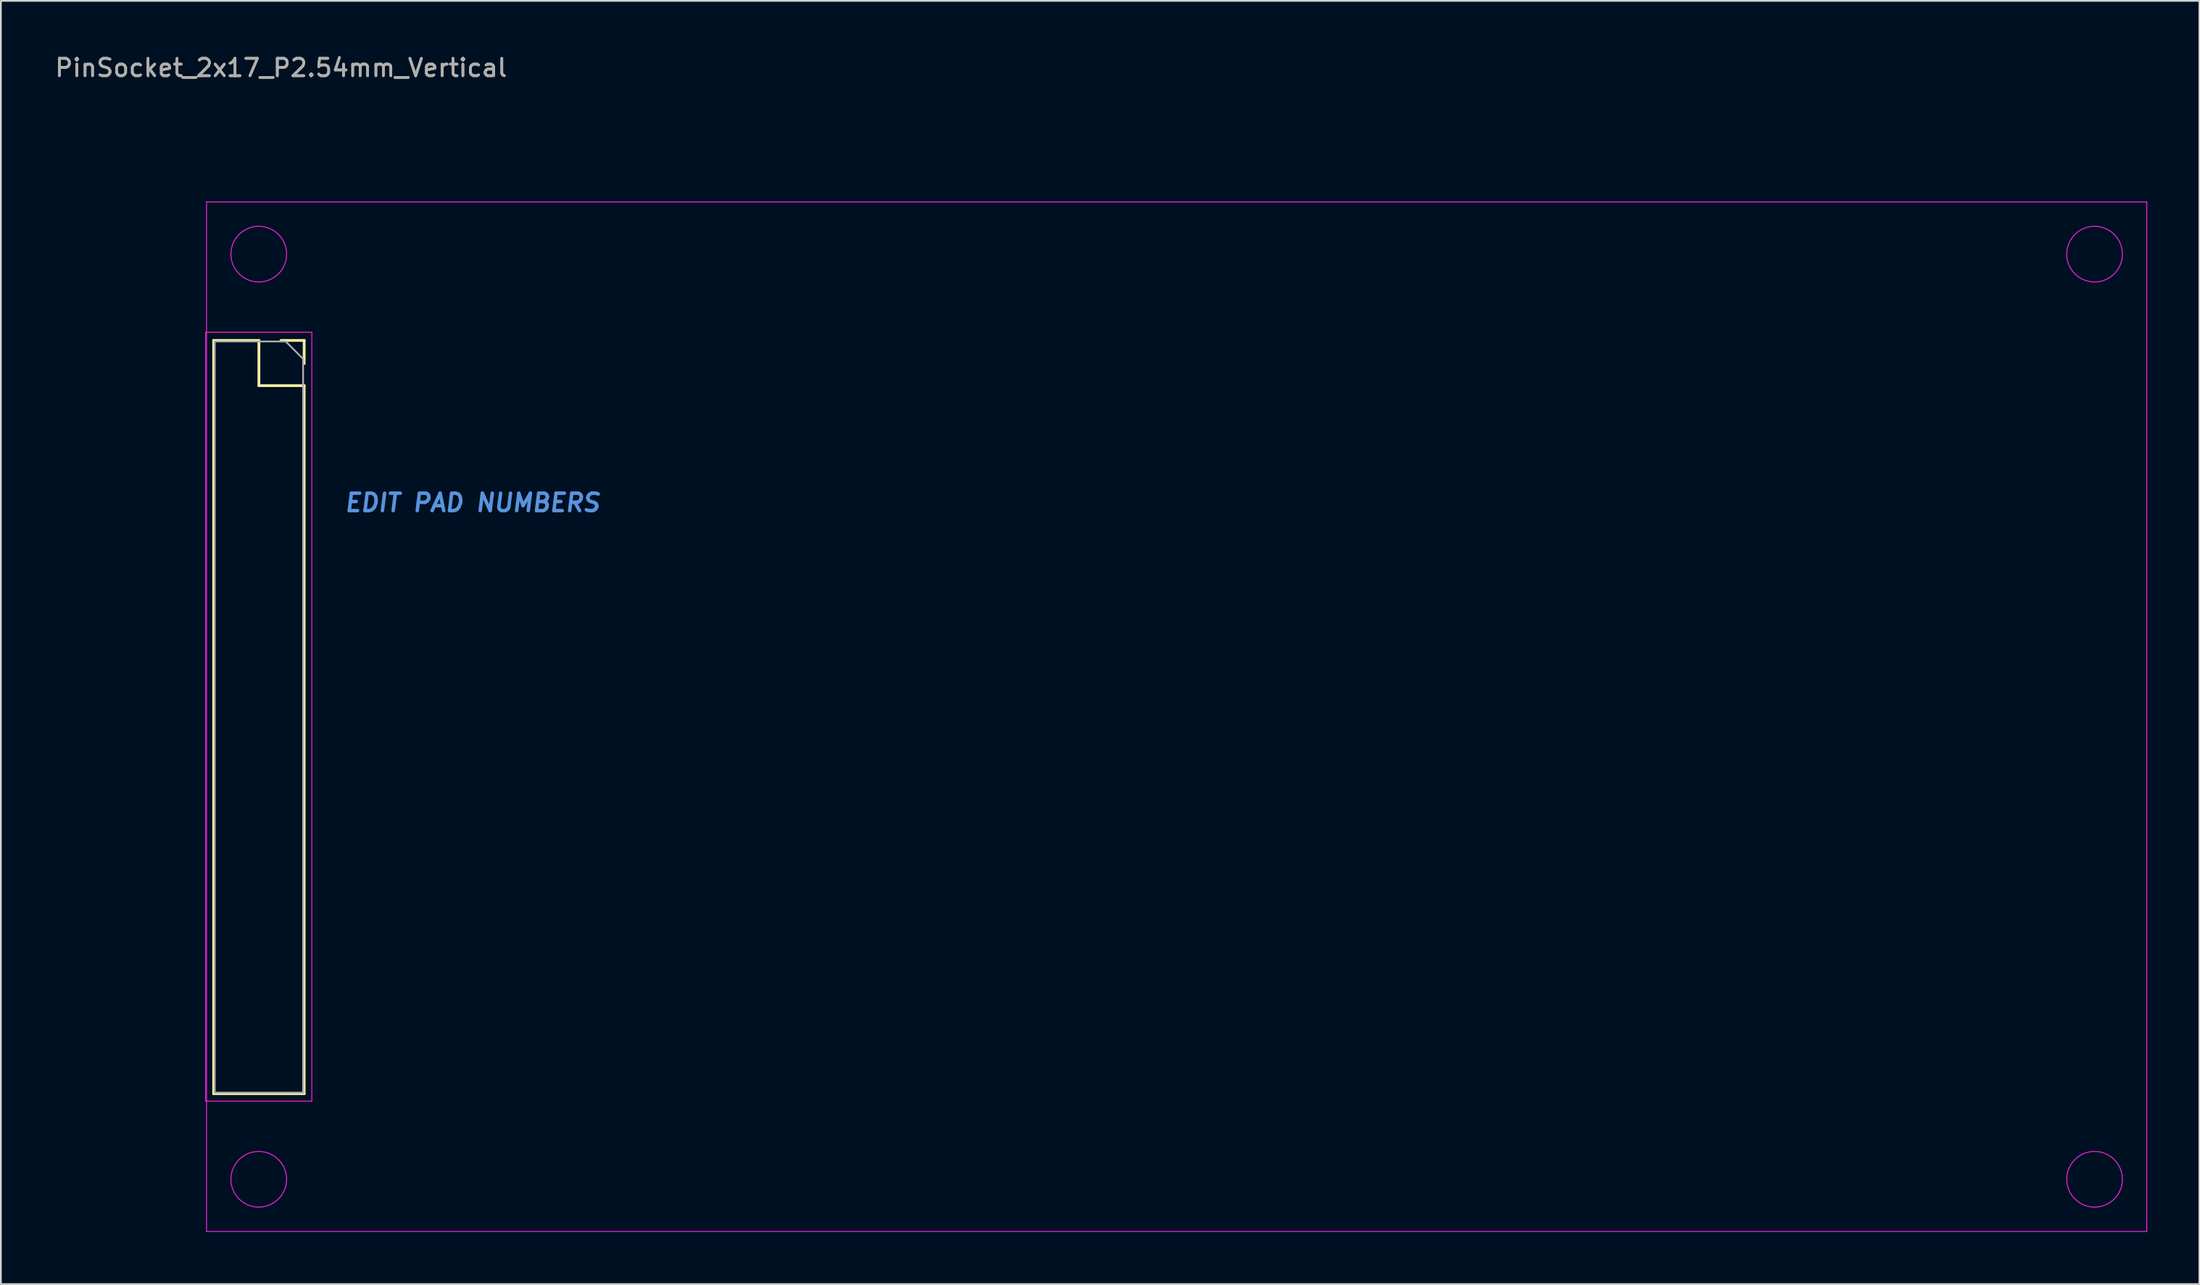
<source format=kicad_pcb>
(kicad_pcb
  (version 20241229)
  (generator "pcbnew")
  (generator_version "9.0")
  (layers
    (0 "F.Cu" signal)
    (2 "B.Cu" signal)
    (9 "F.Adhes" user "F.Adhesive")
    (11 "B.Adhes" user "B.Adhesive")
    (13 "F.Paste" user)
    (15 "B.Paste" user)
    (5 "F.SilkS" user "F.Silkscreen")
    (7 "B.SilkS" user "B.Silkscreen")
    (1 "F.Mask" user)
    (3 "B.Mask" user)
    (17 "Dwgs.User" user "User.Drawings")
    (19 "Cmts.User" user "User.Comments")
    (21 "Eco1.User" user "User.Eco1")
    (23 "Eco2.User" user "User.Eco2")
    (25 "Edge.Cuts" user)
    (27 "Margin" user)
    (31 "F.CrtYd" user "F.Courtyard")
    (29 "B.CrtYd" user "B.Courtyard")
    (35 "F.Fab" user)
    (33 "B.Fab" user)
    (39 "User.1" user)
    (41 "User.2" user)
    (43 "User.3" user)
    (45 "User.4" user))
  (footprint "PinSocket_2x17_P2.54mm_Vertical"
    (layer "F.Cu")
    (at 13.101 17.848)
    (property "Reference" "PinSocket_2x17_P2.54mm_Vertical" (at 0 -17 0) (layer "F.SilkS") (effects (font (size 1 1) (thickness 0.15))))
    (attr smd)
    (fp_line (start -3.87 -1.33) (end -3.87 41.97) (stroke (width 0.16) (type solid)) (layer "F.SilkS"))
    (fp_line (start -3.87 -1.33) (end -1.27 -1.33) (stroke (width 0.16) (type solid)) (layer "F.SilkS"))
    (fp_line (start -3.87 41.97) (end 1.33 41.97) (stroke (width 0.16) (type solid)) (layer "F.SilkS"))
    (fp_line (start -1.27 -1.33) (end -1.27 1.27) (stroke (width 0.16) (type solid)) (layer "F.SilkS"))
    (fp_line (start -1.27 1.27) (end 1.33 1.27) (stroke (width 0.16) (type solid)) (layer "F.SilkS"))
    (fp_line (start 0 -1.33) (end 1.33 -1.33) (stroke (width 0.16) (type solid)) (layer "F.SilkS"))
    (fp_line (start 1.33 -1.33) (end 1.33 0) (stroke (width 0.16) (type solid)) (layer "F.SilkS"))
    (fp_line (start 1.33 1.27) (end 1.33 41.97) (stroke (width 0.16) (type solid)) (layer "F.SilkS"))
    (fp_line (start -4.33 -1.8) (end 1.77 -1.8) (stroke (width 0.05) (type solid)) (layer "F.CrtYd"))
    (fp_line (start -4.33 42.4) (end -4.33 -1.8) (stroke (width 0.05) (type solid)) (layer "F.CrtYd"))
    (fp_line (start -4.28 -9.29) (end -4.28 49.89) (stroke (width 0.05) (type solid)) (layer "F.CrtYd"))
    (fp_line (start -4.28 49.89) (end 107.23 49.89) (stroke (width 0.05) (type solid)) (layer "F.CrtYd"))
    (fp_line (start 1.77 -1.8) (end 1.77 42.4) (stroke (width 0.05) (type solid)) (layer "F.CrtYd"))
    (fp_line (start 1.77 42.4) (end -4.33 42.4) (stroke (width 0.05) (type solid)) (layer "F.CrtYd"))
    (fp_line (start 107.23 -9.29) (end -4.28 -9.29) (stroke (width 0.05) (type solid)) (layer "F.CrtYd"))
    (fp_line (start 107.23 49.89) (end 107.23 -9.29) (stroke (width 0.05) (type solid)) (layer "F.CrtYd"))
    (fp_circle (center -1.28 -6.29) (end -2.88 -6.29) (stroke (width 0.05) (type solid)) (fill no) (layer "F.CrtYd"))
    (fp_circle (center -1.28 46.89) (end -2.88 46.89) (stroke (width 0.05) (type solid)) (fill no) (layer "F.CrtYd"))
    (fp_circle (center 104.23 -6.29) (end 102.63 -6.29) (stroke (width 0.05) (type solid)) (fill no) (layer "F.CrtYd"))
    (fp_circle (center 104.23 46.89) (end 102.63 46.89) (stroke (width 0.05) (type solid)) (fill no) (layer "F.CrtYd"))
    (fp_line (start -3.81 -1.27) (end 0.27 -1.27) (stroke (width 0.1) (type solid)) (layer "F.Fab"))
    (fp_line (start -3.81 41.91) (end -3.81 -1.27) (stroke (width 0.1) (type solid)) (layer "F.Fab"))
    (fp_line (start 0.27 -1.27) (end 1.27 -0.27) (stroke (width 0.1) (type solid)) (layer "F.Fab"))
    (fp_line (start 1.27 -0.27) (end 1.27 41.91) (stroke (width 0.1) (type solid)) (layer "F.Fab"))
    (fp_line (start 1.27 41.91) (end -3.81 41.91) (stroke (width 0.1) (type solid)) (layer "F.Fab"))
    (fp_text user "EDIT PAD NUMBERS" (at 11 8 0) (layer "Cmts.User") (effects (font (size 1 1) (thickness 0.2) (italic yes))))
    (fp_text user "${REFERENCE}" (at 0 -17 0) (layer "F.Fab") (effects (font (size 1 1) (thickness 0.15)))))
  (gr_rect
    (start -3 -3)
    (end 123.356 70.763)
    (stroke (width 0.1) (type default))
    (fill no)
    (layer "Edge.Cuts")))
</source>
